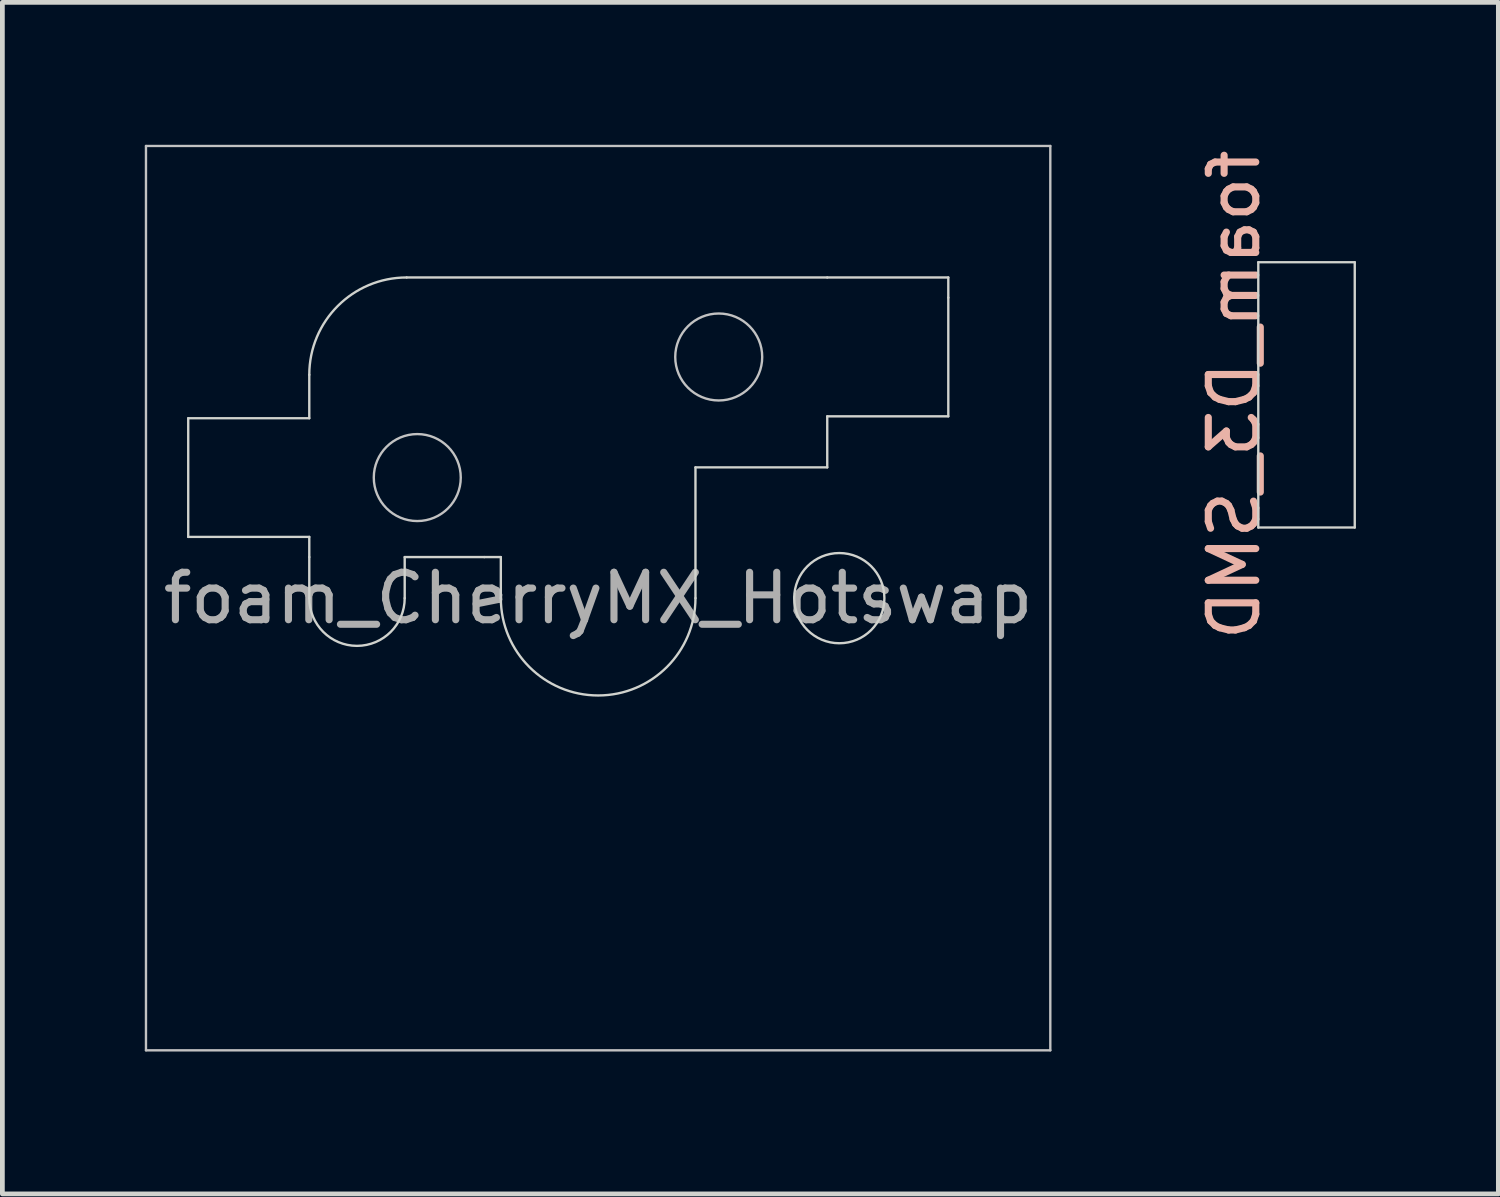
<source format=kicad_pcb>
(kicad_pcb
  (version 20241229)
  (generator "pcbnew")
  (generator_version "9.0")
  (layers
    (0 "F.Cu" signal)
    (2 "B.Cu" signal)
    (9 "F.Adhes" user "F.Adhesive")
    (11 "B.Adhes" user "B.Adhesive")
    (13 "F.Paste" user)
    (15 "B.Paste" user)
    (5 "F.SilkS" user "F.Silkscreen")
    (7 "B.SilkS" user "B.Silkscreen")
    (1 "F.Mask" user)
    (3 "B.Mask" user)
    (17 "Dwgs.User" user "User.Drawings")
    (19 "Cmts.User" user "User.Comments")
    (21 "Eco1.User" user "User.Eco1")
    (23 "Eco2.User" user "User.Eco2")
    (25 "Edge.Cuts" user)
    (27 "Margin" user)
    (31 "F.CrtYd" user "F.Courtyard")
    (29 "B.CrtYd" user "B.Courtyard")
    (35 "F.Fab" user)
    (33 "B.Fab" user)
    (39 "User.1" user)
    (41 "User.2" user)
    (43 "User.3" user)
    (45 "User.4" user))
  (footprint "foam_CherryMX_Hotswap"
    (layer "F.Cu")
    (at 9.55 9.55)
    (property "Reference" "foam_CherryMX_Hotswap" (at 0 0 0) (layer "F.Fab") (effects (font (size 1 1) (thickness 0.15))))
    (attr through_hole)
    (fp_line (start -9.525 -9.525) (end 9.525 -9.525) (stroke (width 0.05) (type solid)) (layer "Dwgs.User"))
    (fp_line (start -9.525 9.525) (end -9.525 -9.525) (stroke (width 0.05) (type solid)) (layer "Dwgs.User"))
    (fp_line (start 9.525 -9.525) (end 9.525 9.525) (stroke (width 0.05) (type solid)) (layer "Dwgs.User"))
    (fp_line (start 9.525 9.525) (end -9.525 9.525) (stroke (width 0.05) (type solid)) (layer "Dwgs.User"))
    (fp_circle (center -3.81 -2.54) (end -2.894 -2.54) (stroke (width 0.05) (type solid)) (fill no) (layer "Dwgs.User"))
    (fp_circle (center 2.54 -5.08) (end 3.456 -5.08) (stroke (width 0.05) (type solid)) (fill no) (layer "Dwgs.User"))
    (fp_line (start -8.635 -1.29) (end -8.635 -3.79) (stroke (width 0.05) (type solid)) (layer "Edge.Cuts"))
    (fp_line (start -6.085 -4.705) (end -6.085 -3.79) (stroke (width 0.05) (type solid)) (layer "Edge.Cuts"))
    (fp_line (start -6.085 -3.79) (end -8.635 -3.79) (stroke (width 0.05) (type solid)) (layer "Edge.Cuts"))
    (fp_line (start -6.085 -1.29) (end -8.635 -1.29) (stroke (width 0.05) (type solid)) (layer "Edge.Cuts"))
    (fp_line (start -6.085 -0.865) (end -6.085 -1.29) (stroke (width 0.05) (type solid)) (layer "Edge.Cuts"))
    (fp_line (start -6.085 -0.865) (end -6.085 0) (stroke (width 0.05) (type solid)) (layer "Edge.Cuts"))
    (fp_line (start -4.075 0) (end -4.075 -0.865) (stroke (width 0.05) (type solid)) (layer "Edge.Cuts"))
    (fp_line (start -4.035 -6.755) (end 4.826 -6.755) (stroke (width 0.05) (type solid)) (layer "Edge.Cuts"))
    (fp_line (start -2.398 -0.865) (end -4.075 -0.865) (stroke (width 0.05) (type solid)) (layer "Edge.Cuts"))
    (fp_line (start -2.398 -0.865) (end -2.05 -0.865) (stroke (width 0.05) (type solid)) (layer "Edge.Cuts"))
    (fp_line (start -2.05 0) (end -2.05 -0.865) (stroke (width 0.05) (type solid)) (layer "Edge.Cuts"))
    (fp_line (start 2.05 -2.755) (end 2.05 0) (stroke (width 0.05) (type solid)) (layer "Edge.Cuts"))
    (fp_line (start 2.05 -2.755) (end 4.826 -2.755) (stroke (width 0.05) (type solid)) (layer "Edge.Cuts"))
    (fp_line (start 4.826 -6.755) (end 7.376 -6.755) (stroke (width 0.05) (type solid)) (layer "Edge.Cuts"))
    (fp_line (start 4.826 -3.83) (end 7.376 -3.83) (stroke (width 0.05) (type solid)) (layer "Edge.Cuts"))
    (fp_line (start 4.826 -2.755) (end 4.826 -3.83) (stroke (width 0.05) (type solid)) (layer "Edge.Cuts"))
    (fp_line (start 7.376 -6.755) (end 7.376 -6.33) (stroke (width 0.05) (type solid)) (layer "Edge.Cuts"))
    (fp_line (start 7.376 -6.33) (end 7.376 -3.83) (stroke (width 0.05) (type solid)) (layer "Edge.Cuts"))
    (fp_arc (start -6.085 -4.705) (mid -5.484569 -6.154569) (end -4.035 -6.755) (stroke (width 0.05) (type solid)) (layer "Edge.Cuts"))
    (fp_arc (start -4.075 0) (mid -5.08 1.005) (end -6.085 0) (stroke (width 0.05) (type solid)) (layer "Edge.Cuts"))
    (fp_arc (start 2.05 0) (mid 0 2.05) (end -2.05 0) (stroke (width 0.05) (type solid)) (layer "Edge.Cuts"))
    (fp_circle (center 5.08 0) (end 6.03 0) (stroke (width 0.05) (type solid)) (fill no) (layer "Edge.Cuts")))
  (footprint "foam_D3_SMD"
    (layer "F.Cu")
    (at 24.472 5.268)
    (property "Reference" "foam_D3_SMD" (at -1.524 0 90) (layer "B.SilkS") (effects (font (size 1 1) (thickness 0.15)) (justify mirror)))
    (attr through_hole)
    (fp_line (start -1.016 -2.794) (end 1.016 -2.794) (stroke (width 0.05) (type solid)) (layer "Edge.Cuts"))
    (fp_line (start -1.016 2.794) (end -1.016 -2.794) (stroke (width 0.05) (type solid)) (layer "Edge.Cuts"))
    (fp_line (start 1.016 -2.794) (end 1.016 2.794) (stroke (width 0.05) (type solid)) (layer "Edge.Cuts"))
    (fp_line (start 1.016 2.794) (end -1.016 2.794) (stroke (width 0.05) (type solid)) (layer "Edge.Cuts")))
  (gr_rect
    (start -3 -3)
    (end 28.513 22.1)
    (stroke (width 0.1) (type default))
    (fill no)
    (layer "Edge.Cuts")))
</source>
